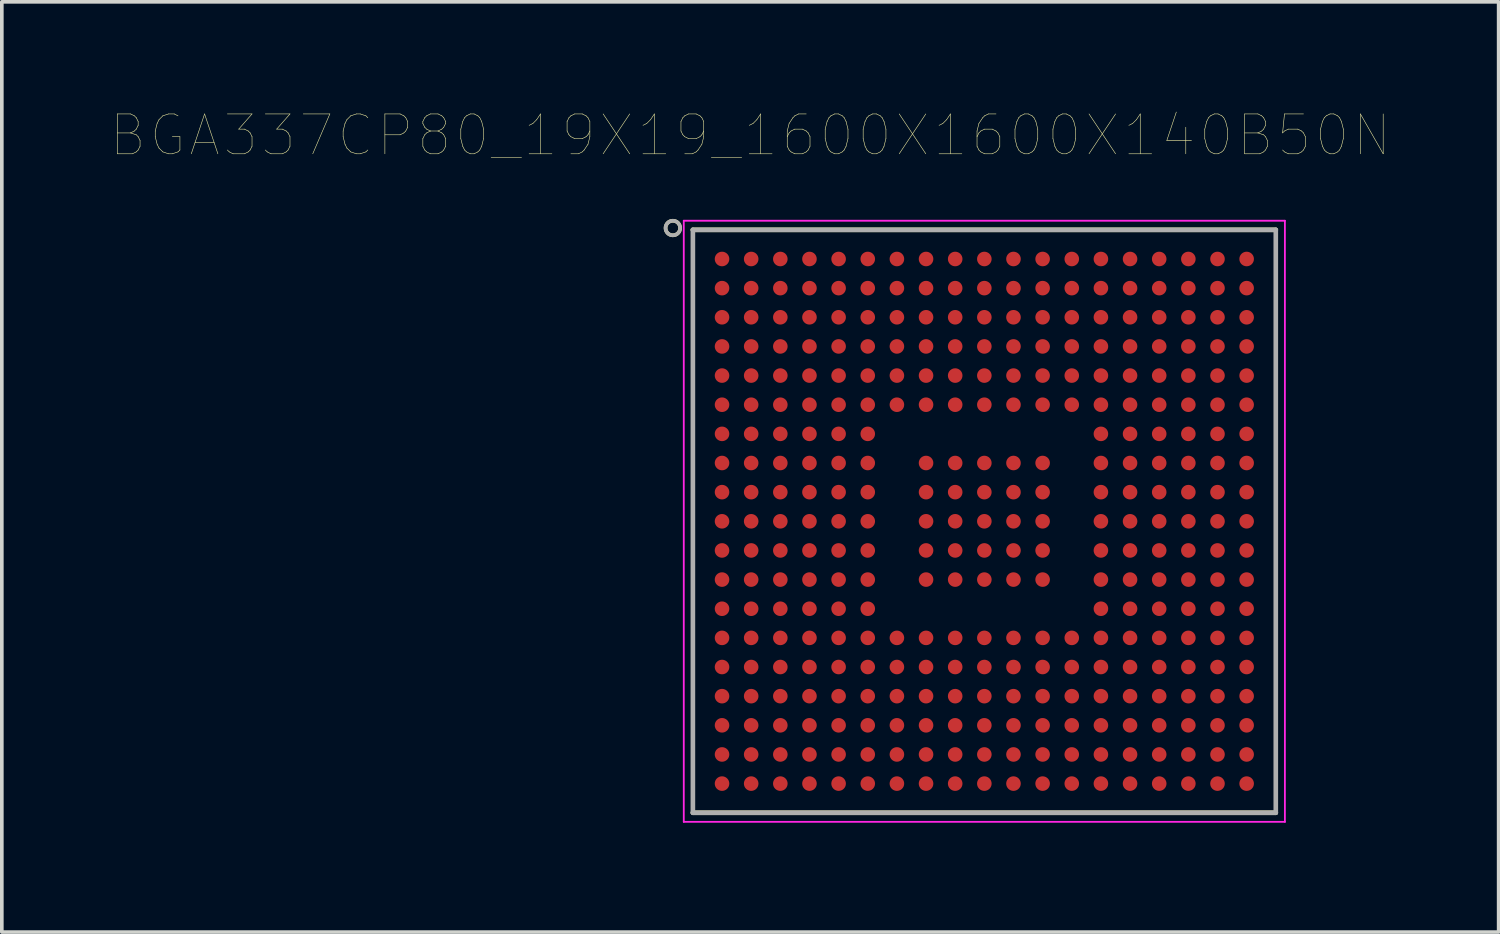
<source format=kicad_pcb>
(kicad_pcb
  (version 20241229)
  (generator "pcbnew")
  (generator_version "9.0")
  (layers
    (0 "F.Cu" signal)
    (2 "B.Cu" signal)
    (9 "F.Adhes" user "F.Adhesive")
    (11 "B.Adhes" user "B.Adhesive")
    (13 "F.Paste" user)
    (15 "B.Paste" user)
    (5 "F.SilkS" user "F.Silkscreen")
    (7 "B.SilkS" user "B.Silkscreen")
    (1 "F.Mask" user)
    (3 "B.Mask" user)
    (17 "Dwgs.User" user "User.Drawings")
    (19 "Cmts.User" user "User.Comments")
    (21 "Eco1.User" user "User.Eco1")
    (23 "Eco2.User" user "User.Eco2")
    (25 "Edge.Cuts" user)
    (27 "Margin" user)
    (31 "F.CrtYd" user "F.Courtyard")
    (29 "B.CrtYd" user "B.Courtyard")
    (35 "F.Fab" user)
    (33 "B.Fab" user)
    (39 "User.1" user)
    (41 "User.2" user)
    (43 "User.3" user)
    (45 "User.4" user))
  (footprint "BGA337CP80_19X19_1600X1600X140B50N"
    (layer "F.Cu")
    (at 23.969 11.259)
    (property "Reference" "BGA337CP80_19X19_1600X1600X140B50N" (at -6.426 -10.593 0) (layer "F.SilkS") (effects (font (size 1.094 1.094) (thickness 0.015))))
    (attr through_hole)
    (fp_line (start 8 -8) (end -8 -8) (stroke (width 0.127) (type solid)) (layer "F.SilkS"))
    (fp_line (start 8 8) (end -8 8) (stroke (width 0.127) (type solid)) (layer "F.SilkS"))
    (fp_circle (center -8.55 -8.05) (end -8.35 -8.05) (stroke (width 0.1) (type solid)) (fill no) (layer "F.SilkS"))
    (fp_line (start -8.25 -8.25) (end 8.25 -8.25) (stroke (width 0.05) (type solid)) (layer "F.CrtYd"))
    (fp_line (start -8.25 8.25) (end -8.25 -8.25) (stroke (width 0.05) (type solid)) (layer "F.CrtYd"))
    (fp_line (start -8.25 8.25) (end 8.25 8.25) (stroke (width 0.05) (type solid)) (layer "F.CrtYd"))
    (fp_line (start 8.25 8.25) (end 8.25 -8.25) (stroke (width 0.05) (type solid)) (layer "F.CrtYd"))
    (fp_line (start -8 8) (end -8 -8) (stroke (width 0.127) (type solid)) (layer "F.Fab"))
    (fp_line (start 8 -8) (end -8 -8) (stroke (width 0.127) (type solid)) (layer "F.Fab"))
    (fp_line (start 8 8) (end -8 8) (stroke (width 0.127) (type solid)) (layer "F.Fab"))
    (fp_line (start 8 8) (end 8 -8) (stroke (width 0.127) (type solid)) (layer "F.Fab"))
    (fp_circle (center -8.55 -8.05) (end -8.35 -8.05) (stroke (width 0.1) (type solid)) (fill no) (layer "F.Fab"))
    (pad "A1" smd circle (at -7.2 -7.2) (size 0.4 0.4) (layers "F.Cu" "F.Mask" "F.Paste"))
    (pad "A2" smd circle (at -6.4 -7.2) (size 0.4 0.4) (layers "F.Cu" "F.Mask" "F.Paste"))
    (pad "A3" smd circle (at -5.6 -7.2) (size 0.4 0.4) (layers "F.Cu" "F.Mask" "F.Paste"))
    (pad "A4" smd circle (at -4.8 -7.2) (size 0.4 0.4) (layers "F.Cu" "F.Mask" "F.Paste"))
    (pad "A5" smd circle (at -4 -7.2) (size 0.4 0.4) (layers "F.Cu" "F.Mask" "F.Paste"))
    (pad "A6" smd circle (at -3.2 -7.2) (size 0.4 0.4) (layers "F.Cu" "F.Mask" "F.Paste"))
    (pad "A7" smd circle (at -2.4 -7.2) (size 0.4 0.4) (layers "F.Cu" "F.Mask" "F.Paste"))
    (pad "A8" smd circle (at -1.6 -7.2) (size 0.4 0.4) (layers "F.Cu" "F.Mask" "F.Paste"))
    (pad "A9" smd circle (at -0.8 -7.2) (size 0.4 0.4) (layers "F.Cu" "F.Mask" "F.Paste"))
    (pad "A10" smd circle (at 0 -7.2) (size 0.4 0.4) (layers "F.Cu" "F.Mask" "F.Paste"))
    (pad "A11" smd circle (at 0.8 -7.2) (size 0.4 0.4) (layers "F.Cu" "F.Mask" "F.Paste"))
    (pad "A12" smd circle (at 1.6 -7.2) (size 0.4 0.4) (layers "F.Cu" "F.Mask" "F.Paste"))
    (pad "A13" smd circle (at 2.4 -7.2) (size 0.4 0.4) (layers "F.Cu" "F.Mask" "F.Paste"))
    (pad "A14" smd circle (at 3.2 -7.2) (size 0.4 0.4) (layers "F.Cu" "F.Mask" "F.Paste"))
    (pad "A15" smd circle (at 4 -7.2) (size 0.4 0.4) (layers "F.Cu" "F.Mask" "F.Paste"))
    (pad "A16" smd circle (at 4.8 -7.2) (size 0.4 0.4) (layers "F.Cu" "F.Mask" "F.Paste"))
    (pad "A17" smd circle (at 5.6 -7.2) (size 0.4 0.4) (layers "F.Cu" "F.Mask" "F.Paste"))
    (pad "A18" smd circle (at 6.4 -7.2) (size 0.4 0.4) (layers "F.Cu" "F.Mask" "F.Paste"))
    (pad "A19" smd circle (at 7.2 -7.2) (size 0.4 0.4) (layers "F.Cu" "F.Mask" "F.Paste"))
    (pad "B1" smd circle (at -7.2 -6.4) (size 0.4 0.4) (layers "F.Cu" "F.Mask" "F.Paste"))
    (pad "B2" smd circle (at -6.4 -6.4) (size 0.4 0.4) (layers "F.Cu" "F.Mask" "F.Paste"))
    (pad "B3" smd circle (at -5.6 -6.4) (size 0.4 0.4) (layers "F.Cu" "F.Mask" "F.Paste"))
    (pad "B4" smd circle (at -4.8 -6.4) (size 0.4 0.4) (layers "F.Cu" "F.Mask" "F.Paste"))
    (pad "B5" smd circle (at -4 -6.4) (size 0.4 0.4) (layers "F.Cu" "F.Mask" "F.Paste"))
    (pad "B6" smd circle (at -3.2 -6.4) (size 0.4 0.4) (layers "F.Cu" "F.Mask" "F.Paste"))
    (pad "B7" smd circle (at -2.4 -6.4) (size 0.4 0.4) (layers "F.Cu" "F.Mask" "F.Paste"))
    (pad "B8" smd circle (at -1.6 -6.4) (size 0.4 0.4) (layers "F.Cu" "F.Mask" "F.Paste"))
    (pad "B9" smd circle (at -0.8 -6.4) (size 0.4 0.4) (layers "F.Cu" "F.Mask" "F.Paste"))
    (pad "B10" smd circle (at 0 -6.4) (size 0.4 0.4) (layers "F.Cu" "F.Mask" "F.Paste"))
    (pad "B11" smd circle (at 0.8 -6.4) (size 0.4 0.4) (layers "F.Cu" "F.Mask" "F.Paste"))
    (pad "B12" smd circle (at 1.6 -6.4) (size 0.4 0.4) (layers "F.Cu" "F.Mask" "F.Paste"))
    (pad "B13" smd circle (at 2.4 -6.4) (size 0.4 0.4) (layers "F.Cu" "F.Mask" "F.Paste"))
    (pad "B14" smd circle (at 3.2 -6.4) (size 0.4 0.4) (layers "F.Cu" "F.Mask" "F.Paste"))
    (pad "B15" smd circle (at 4 -6.4) (size 0.4 0.4) (layers "F.Cu" "F.Mask" "F.Paste"))
    (pad "B16" smd circle (at 4.8 -6.4) (size 0.4 0.4) (layers "F.Cu" "F.Mask" "F.Paste"))
    (pad "B17" smd circle (at 5.6 -6.4) (size 0.4 0.4) (layers "F.Cu" "F.Mask" "F.Paste"))
    (pad "B18" smd circle (at 6.4 -6.4) (size 0.4 0.4) (layers "F.Cu" "F.Mask" "F.Paste"))
    (pad "B19" smd circle (at 7.2 -6.4) (size 0.4 0.4) (layers "F.Cu" "F.Mask" "F.Paste"))
    (pad "C1" smd circle (at -7.2 -5.6) (size 0.4 0.4) (layers "F.Cu" "F.Mask" "F.Paste"))
    (pad "C2" smd circle (at -6.4 -5.6) (size 0.4 0.4) (layers "F.Cu" "F.Mask" "F.Paste"))
    (pad "C3" smd circle (at -5.6 -5.6) (size 0.4 0.4) (layers "F.Cu" "F.Mask" "F.Paste"))
    (pad "C4" smd circle (at -4.8 -5.6) (size 0.4 0.4) (layers "F.Cu" "F.Mask" "F.Paste"))
    (pad "C5" smd circle (at -4 -5.6) (size 0.4 0.4) (layers "F.Cu" "F.Mask" "F.Paste"))
    (pad "C6" smd circle (at -3.2 -5.6) (size 0.4 0.4) (layers "F.Cu" "F.Mask" "F.Paste"))
    (pad "C7" smd circle (at -2.4 -5.6) (size 0.4 0.4) (layers "F.Cu" "F.Mask" "F.Paste"))
    (pad "C8" smd circle (at -1.6 -5.6) (size 0.4 0.4) (layers "F.Cu" "F.Mask" "F.Paste"))
    (pad "C9" smd circle (at -0.8 -5.6) (size 0.4 0.4) (layers "F.Cu" "F.Mask" "F.Paste"))
    (pad "C10" smd circle (at 0 -5.6) (size 0.4 0.4) (layers "F.Cu" "F.Mask" "F.Paste"))
    (pad "C11" smd circle (at 0.8 -5.6) (size 0.4 0.4) (layers "F.Cu" "F.Mask" "F.Paste"))
    (pad "C12" smd circle (at 1.6 -5.6) (size 0.4 0.4) (layers "F.Cu" "F.Mask" "F.Paste"))
    (pad "C13" smd circle (at 2.4 -5.6) (size 0.4 0.4) (layers "F.Cu" "F.Mask" "F.Paste"))
    (pad "C14" smd circle (at 3.2 -5.6) (size 0.4 0.4) (layers "F.Cu" "F.Mask" "F.Paste"))
    (pad "C15" smd circle (at 4 -5.6) (size 0.4 0.4) (layers "F.Cu" "F.Mask" "F.Paste"))
    (pad "C16" smd circle (at 4.8 -5.6) (size 0.4 0.4) (layers "F.Cu" "F.Mask" "F.Paste"))
    (pad "C17" smd circle (at 5.6 -5.6) (size 0.4 0.4) (layers "F.Cu" "F.Mask" "F.Paste"))
    (pad "C18" smd circle (at 6.4 -5.6) (size 0.4 0.4) (layers "F.Cu" "F.Mask" "F.Paste"))
    (pad "C19" smd circle (at 7.2 -5.6) (size 0.4 0.4) (layers "F.Cu" "F.Mask" "F.Paste"))
    (pad "D1" smd circle (at -7.2 -4.8) (size 0.4 0.4) (layers "F.Cu" "F.Mask" "F.Paste"))
    (pad "D2" smd circle (at -6.4 -4.8) (size 0.4 0.4) (layers "F.Cu" "F.Mask" "F.Paste"))
    (pad "D3" smd circle (at -5.6 -4.8) (size 0.4 0.4) (layers "F.Cu" "F.Mask" "F.Paste"))
    (pad "D4" smd circle (at -4.8 -4.8) (size 0.4 0.4) (layers "F.Cu" "F.Mask" "F.Paste"))
    (pad "D5" smd circle (at -4 -4.8) (size 0.4 0.4) (layers "F.Cu" "F.Mask" "F.Paste"))
    (pad "D6" smd circle (at -3.2 -4.8) (size 0.4 0.4) (layers "F.Cu" "F.Mask" "F.Paste"))
    (pad "D7" smd circle (at -2.4 -4.8) (size 0.4 0.4) (layers "F.Cu" "F.Mask" "F.Paste"))
    (pad "D8" smd circle (at -1.6 -4.8) (size 0.4 0.4) (layers "F.Cu" "F.Mask" "F.Paste"))
    (pad "D9" smd circle (at -0.8 -4.8) (size 0.4 0.4) (layers "F.Cu" "F.Mask" "F.Paste"))
    (pad "D10" smd circle (at 0 -4.8) (size 0.4 0.4) (layers "F.Cu" "F.Mask" "F.Paste"))
    (pad "D11" smd circle (at 0.8 -4.8) (size 0.4 0.4) (layers "F.Cu" "F.Mask" "F.Paste"))
    (pad "D12" smd circle (at 1.6 -4.8) (size 0.4 0.4) (layers "F.Cu" "F.Mask" "F.Paste"))
    (pad "D13" smd circle (at 2.4 -4.8) (size 0.4 0.4) (layers "F.Cu" "F.Mask" "F.Paste"))
    (pad "D14" smd circle (at 3.2 -4.8) (size 0.4 0.4) (layers "F.Cu" "F.Mask" "F.Paste"))
    (pad "D15" smd circle (at 4 -4.8) (size 0.4 0.4) (layers "F.Cu" "F.Mask" "F.Paste"))
    (pad "D16" smd circle (at 4.8 -4.8) (size 0.4 0.4) (layers "F.Cu" "F.Mask" "F.Paste"))
    (pad "D17" smd circle (at 5.6 -4.8) (size 0.4 0.4) (layers "F.Cu" "F.Mask" "F.Paste"))
    (pad "D18" smd circle (at 6.4 -4.8) (size 0.4 0.4) (layers "F.Cu" "F.Mask" "F.Paste"))
    (pad "D19" smd circle (at 7.2 -4.8) (size 0.4 0.4) (layers "F.Cu" "F.Mask" "F.Paste"))
    (pad "E1" smd circle (at -7.2 -4) (size 0.4 0.4) (layers "F.Cu" "F.Mask" "F.Paste"))
    (pad "E2" smd circle (at -6.4 -4) (size 0.4 0.4) (layers "F.Cu" "F.Mask" "F.Paste"))
    (pad "E3" smd circle (at -5.6 -4) (size 0.4 0.4) (layers "F.Cu" "F.Mask" "F.Paste"))
    (pad "E4" smd circle (at -4.8 -4) (size 0.4 0.4) (layers "F.Cu" "F.Mask" "F.Paste"))
    (pad "E5" smd circle (at -4 -4) (size 0.4 0.4) (layers "F.Cu" "F.Mask" "F.Paste"))
    (pad "E6" smd circle (at -3.2 -4) (size 0.4 0.4) (layers "F.Cu" "F.Mask" "F.Paste"))
    (pad "E7" smd circle (at -2.4 -4) (size 0.4 0.4) (layers "F.Cu" "F.Mask" "F.Paste"))
    (pad "E8" smd circle (at -1.6 -4) (size 0.4 0.4) (layers "F.Cu" "F.Mask" "F.Paste"))
    (pad "E9" smd circle (at -0.8 -4) (size 0.4 0.4) (layers "F.Cu" "F.Mask" "F.Paste"))
    (pad "E10" smd circle (at 0 -4) (size 0.4 0.4) (layers "F.Cu" "F.Mask" "F.Paste"))
    (pad "E11" smd circle (at 0.8 -4) (size 0.4 0.4) (layers "F.Cu" "F.Mask" "F.Paste"))
    (pad "E12" smd circle (at 1.6 -4) (size 0.4 0.4) (layers "F.Cu" "F.Mask" "F.Paste"))
    (pad "E13" smd circle (at 2.4 -4) (size 0.4 0.4) (layers "F.Cu" "F.Mask" "F.Paste"))
    (pad "E14" smd circle (at 3.2 -4) (size 0.4 0.4) (layers "F.Cu" "F.Mask" "F.Paste"))
    (pad "E15" smd circle (at 4 -4) (size 0.4 0.4) (layers "F.Cu" "F.Mask" "F.Paste"))
    (pad "E16" smd circle (at 4.8 -4) (size 0.4 0.4) (layers "F.Cu" "F.Mask" "F.Paste"))
    (pad "E17" smd circle (at 5.6 -4) (size 0.4 0.4) (layers "F.Cu" "F.Mask" "F.Paste"))
    (pad "E18" smd circle (at 6.4 -4) (size 0.4 0.4) (layers "F.Cu" "F.Mask" "F.Paste"))
    (pad "E19" smd circle (at 7.2 -4) (size 0.4 0.4) (layers "F.Cu" "F.Mask" "F.Paste"))
    (pad "F1" smd circle (at -7.2 -3.2) (size 0.4 0.4) (layers "F.Cu" "F.Mask" "F.Paste"))
    (pad "F2" smd circle (at -6.4 -3.2) (size 0.4 0.4) (layers "F.Cu" "F.Mask" "F.Paste"))
    (pad "F3" smd circle (at -5.6 -3.2) (size 0.4 0.4) (layers "F.Cu" "F.Mask" "F.Paste"))
    (pad "F4" smd circle (at -4.8 -3.2) (size 0.4 0.4) (layers "F.Cu" "F.Mask" "F.Paste"))
    (pad "F5" smd circle (at -4 -3.2) (size 0.4 0.4) (layers "F.Cu" "F.Mask" "F.Paste"))
    (pad "F6" smd circle (at -3.2 -3.2) (size 0.4 0.4) (layers "F.Cu" "F.Mask" "F.Paste"))
    (pad "F7" smd circle (at -2.4 -3.2) (size 0.4 0.4) (layers "F.Cu" "F.Mask" "F.Paste"))
    (pad "F8" smd circle (at -1.6 -3.2) (size 0.4 0.4) (layers "F.Cu" "F.Mask" "F.Paste"))
    (pad "F9" smd circle (at -0.8 -3.2) (size 0.4 0.4) (layers "F.Cu" "F.Mask" "F.Paste"))
    (pad "F10" smd circle (at 0 -3.2) (size 0.4 0.4) (layers "F.Cu" "F.Mask" "F.Paste"))
    (pad "F11" smd circle (at 0.8 -3.2) (size 0.4 0.4) (layers "F.Cu" "F.Mask" "F.Paste"))
    (pad "F12" smd circle (at 1.6 -3.2) (size 0.4 0.4) (layers "F.Cu" "F.Mask" "F.Paste"))
    (pad "F13" smd circle (at 2.4 -3.2) (size 0.4 0.4) (layers "F.Cu" "F.Mask" "F.Paste"))
    (pad "F14" smd circle (at 3.2 -3.2) (size 0.4 0.4) (layers "F.Cu" "F.Mask" "F.Paste"))
    (pad "F15" smd circle (at 4 -3.2) (size 0.4 0.4) (layers "F.Cu" "F.Mask" "F.Paste"))
    (pad "F16" smd circle (at 4.8 -3.2) (size 0.4 0.4) (layers "F.Cu" "F.Mask" "F.Paste"))
    (pad "F17" smd circle (at 5.6 -3.2) (size 0.4 0.4) (layers "F.Cu" "F.Mask" "F.Paste"))
    (pad "F18" smd circle (at 6.4 -3.2) (size 0.4 0.4) (layers "F.Cu" "F.Mask" "F.Paste"))
    (pad "F19" smd circle (at 7.2 -3.2) (size 0.4 0.4) (layers "F.Cu" "F.Mask" "F.Paste"))
    (pad "G1" smd circle (at -7.2 -2.4) (size 0.4 0.4) (layers "F.Cu" "F.Mask" "F.Paste"))
    (pad "G2" smd circle (at -6.4 -2.4) (size 0.4 0.4) (layers "F.Cu" "F.Mask" "F.Paste"))
    (pad "G3" smd circle (at -5.6 -2.4) (size 0.4 0.4) (layers "F.Cu" "F.Mask" "F.Paste"))
    (pad "G4" smd circle (at -4.8 -2.4) (size 0.4 0.4) (layers "F.Cu" "F.Mask" "F.Paste"))
    (pad "G5" smd circle (at -4 -2.4) (size 0.4 0.4) (layers "F.Cu" "F.Mask" "F.Paste"))
    (pad "G6" smd circle (at -3.2 -2.4) (size 0.4 0.4) (layers "F.Cu" "F.Mask" "F.Paste"))
    (pad "G14" smd circle (at 3.2 -2.4) (size 0.4 0.4) (layers "F.Cu" "F.Mask" "F.Paste"))
    (pad "G15" smd circle (at 4 -2.4) (size 0.4 0.4) (layers "F.Cu" "F.Mask" "F.Paste"))
    (pad "G16" smd circle (at 4.8 -2.4) (size 0.4 0.4) (layers "F.Cu" "F.Mask" "F.Paste"))
    (pad "G17" smd circle (at 5.6 -2.4) (size 0.4 0.4) (layers "F.Cu" "F.Mask" "F.Paste"))
    (pad "G18" smd circle (at 6.4 -2.4) (size 0.4 0.4) (layers "F.Cu" "F.Mask" "F.Paste"))
    (pad "G19" smd circle (at 7.2 -2.4) (size 0.4 0.4) (layers "F.Cu" "F.Mask" "F.Paste"))
    (pad "H1" smd circle (at -7.2 -1.6) (size 0.4 0.4) (layers "F.Cu" "F.Mask" "F.Paste"))
    (pad "H2" smd circle (at -6.4 -1.6) (size 0.4 0.4) (layers "F.Cu" "F.Mask" "F.Paste"))
    (pad "H3" smd circle (at -5.6 -1.6) (size 0.4 0.4) (layers "F.Cu" "F.Mask" "F.Paste"))
    (pad "H4" smd circle (at -4.8 -1.6) (size 0.4 0.4) (layers "F.Cu" "F.Mask" "F.Paste"))
    (pad "H5" smd circle (at -4 -1.6) (size 0.4 0.4) (layers "F.Cu" "F.Mask" "F.Paste"))
    (pad "H6" smd circle (at -3.2 -1.6) (size 0.4 0.4) (layers "F.Cu" "F.Mask" "F.Paste"))
    (pad "H8" smd circle (at -1.6 -1.6) (size 0.4 0.4) (layers "F.Cu" "F.Mask" "F.Paste"))
    (pad "H9" smd circle (at -0.8 -1.6) (size 0.4 0.4) (layers "F.Cu" "F.Mask" "F.Paste"))
    (pad "H10" smd circle (at 0 -1.6) (size 0.4 0.4) (layers "F.Cu" "F.Mask" "F.Paste"))
    (pad "H11" smd circle (at 0.8 -1.6) (size 0.4 0.4) (layers "F.Cu" "F.Mask" "F.Paste"))
    (pad "H12" smd circle (at 1.6 -1.6) (size 0.4 0.4) (layers "F.Cu" "F.Mask" "F.Paste"))
    (pad "H14" smd circle (at 3.2 -1.6) (size 0.4 0.4) (layers "F.Cu" "F.Mask" "F.Paste"))
    (pad "H15" smd circle (at 4 -1.6) (size 0.4 0.4) (layers "F.Cu" "F.Mask" "F.Paste"))
    (pad "H16" smd circle (at 4.8 -1.6) (size 0.4 0.4) (layers "F.Cu" "F.Mask" "F.Paste"))
    (pad "H17" smd circle (at 5.6 -1.6) (size 0.4 0.4) (layers "F.Cu" "F.Mask" "F.Paste"))
    (pad "H18" smd circle (at 6.4 -1.6) (size 0.4 0.4) (layers "F.Cu" "F.Mask" "F.Paste"))
    (pad "H19" smd circle (at 7.2 -1.6) (size 0.4 0.4) (layers "F.Cu" "F.Mask" "F.Paste"))
    (pad "J1" smd circle (at -7.2 -0.8) (size 0.4 0.4) (layers "F.Cu" "F.Mask" "F.Paste"))
    (pad "J2" smd circle (at -6.4 -0.8) (size 0.4 0.4) (layers "F.Cu" "F.Mask" "F.Paste"))
    (pad "J3" smd circle (at -5.6 -0.8) (size 0.4 0.4) (layers "F.Cu" "F.Mask" "F.Paste"))
    (pad "J4" smd circle (at -4.8 -0.8) (size 0.4 0.4) (layers "F.Cu" "F.Mask" "F.Paste"))
    (pad "J5" smd circle (at -4 -0.8) (size 0.4 0.4) (layers "F.Cu" "F.Mask" "F.Paste"))
    (pad "J6" smd circle (at -3.2 -0.8) (size 0.4 0.4) (layers "F.Cu" "F.Mask" "F.Paste"))
    (pad "J8" smd circle (at -1.6 -0.8) (size 0.4 0.4) (layers "F.Cu" "F.Mask" "F.Paste"))
    (pad "J9" smd circle (at -0.8 -0.8) (size 0.4 0.4) (layers "F.Cu" "F.Mask" "F.Paste"))
    (pad "J10" smd circle (at 0 -0.8) (size 0.4 0.4) (layers "F.Cu" "F.Mask" "F.Paste"))
    (pad "J11" smd circle (at 0.8 -0.8) (size 0.4 0.4) (layers "F.Cu" "F.Mask" "F.Paste"))
    (pad "J12" smd circle (at 1.6 -0.8) (size 0.4 0.4) (layers "F.Cu" "F.Mask" "F.Paste"))
    (pad "J14" smd circle (at 3.2 -0.8) (size 0.4 0.4) (layers "F.Cu" "F.Mask" "F.Paste"))
    (pad "J15" smd circle (at 4 -0.8) (size 0.4 0.4) (layers "F.Cu" "F.Mask" "F.Paste"))
    (pad "J16" smd circle (at 4.8 -0.8) (size 0.4 0.4) (layers "F.Cu" "F.Mask" "F.Paste"))
    (pad "J17" smd circle (at 5.6 -0.8) (size 0.4 0.4) (layers "F.Cu" "F.Mask" "F.Paste"))
    (pad "J18" smd circle (at 6.4 -0.8) (size 0.4 0.4) (layers "F.Cu" "F.Mask" "F.Paste"))
    (pad "J19" smd circle (at 7.2 -0.8) (size 0.4 0.4) (layers "F.Cu" "F.Mask" "F.Paste"))
    (pad "K1" smd circle (at -7.2 0) (size 0.4 0.4) (layers "F.Cu" "F.Mask" "F.Paste"))
    (pad "K2" smd circle (at -6.4 0) (size 0.4 0.4) (layers "F.Cu" "F.Mask" "F.Paste"))
    (pad "K3" smd circle (at -5.6 0) (size 0.4 0.4) (layers "F.Cu" "F.Mask" "F.Paste"))
    (pad "K4" smd circle (at -4.8 0) (size 0.4 0.4) (layers "F.Cu" "F.Mask" "F.Paste"))
    (pad "K5" smd circle (at -4 0) (size 0.4 0.4) (layers "F.Cu" "F.Mask" "F.Paste"))
    (pad "K6" smd circle (at -3.2 0) (size 0.4 0.4) (layers "F.Cu" "F.Mask" "F.Paste"))
    (pad "K8" smd circle (at -1.6 0) (size 0.4 0.4) (layers "F.Cu" "F.Mask" "F.Paste"))
    (pad "K9" smd circle (at -0.8 0) (size 0.4 0.4) (layers "F.Cu" "F.Mask" "F.Paste"))
    (pad "K10" smd circle (at 0 0) (size 0.4 0.4) (layers "F.Cu" "F.Mask" "F.Paste"))
    (pad "K11" smd circle (at 0.8 0) (size 0.4 0.4) (layers "F.Cu" "F.Mask" "F.Paste"))
    (pad "K12" smd circle (at 1.6 0) (size 0.4 0.4) (layers "F.Cu" "F.Mask" "F.Paste"))
    (pad "K14" smd circle (at 3.2 0) (size 0.4 0.4) (layers "F.Cu" "F.Mask" "F.Paste"))
    (pad "K15" smd circle (at 4 0) (size 0.4 0.4) (layers "F.Cu" "F.Mask" "F.Paste"))
    (pad "K16" smd circle (at 4.8 0) (size 0.4 0.4) (layers "F.Cu" "F.Mask" "F.Paste"))
    (pad "K17" smd circle (at 5.6 0) (size 0.4 0.4) (layers "F.Cu" "F.Mask" "F.Paste"))
    (pad "K18" smd circle (at 6.4 0) (size 0.4 0.4) (layers "F.Cu" "F.Mask" "F.Paste"))
    (pad "K19" smd circle (at 7.2 0) (size 0.4 0.4) (layers "F.Cu" "F.Mask" "F.Paste"))
    (pad "L1" smd circle (at -7.2 0.8) (size 0.4 0.4) (layers "F.Cu" "F.Mask" "F.Paste"))
    (pad "L2" smd circle (at -6.4 0.8) (size 0.4 0.4) (layers "F.Cu" "F.Mask" "F.Paste"))
    (pad "L3" smd circle (at -5.6 0.8) (size 0.4 0.4) (layers "F.Cu" "F.Mask" "F.Paste"))
    (pad "L4" smd circle (at -4.8 0.8) (size 0.4 0.4) (layers "F.Cu" "F.Mask" "F.Paste"))
    (pad "L5" smd circle (at -4 0.8) (size 0.4 0.4) (layers "F.Cu" "F.Mask" "F.Paste"))
    (pad "L6" smd circle (at -3.2 0.8) (size 0.4 0.4) (layers "F.Cu" "F.Mask" "F.Paste"))
    (pad "L8" smd circle (at -1.6 0.8) (size 0.4 0.4) (layers "F.Cu" "F.Mask" "F.Paste"))
    (pad "L9" smd circle (at -0.8 0.8) (size 0.4 0.4) (layers "F.Cu" "F.Mask" "F.Paste"))
    (pad "L10" smd circle (at 0 0.8) (size 0.4 0.4) (layers "F.Cu" "F.Mask" "F.Paste"))
    (pad "L11" smd circle (at 0.8 0.8) (size 0.4 0.4) (layers "F.Cu" "F.Mask" "F.Paste"))
    (pad "L12" smd circle (at 1.6 0.8) (size 0.4 0.4) (layers "F.Cu" "F.Mask" "F.Paste"))
    (pad "L14" smd circle (at 3.2 0.8) (size 0.4 0.4) (layers "F.Cu" "F.Mask" "F.Paste"))
    (pad "L15" smd circle (at 4 0.8) (size 0.4 0.4) (layers "F.Cu" "F.Mask" "F.Paste"))
    (pad "L16" smd circle (at 4.8 0.8) (size 0.4 0.4) (layers "F.Cu" "F.Mask" "F.Paste"))
    (pad "L17" smd circle (at 5.6 0.8) (size 0.4 0.4) (layers "F.Cu" "F.Mask" "F.Paste"))
    (pad "L18" smd circle (at 6.4 0.8) (size 0.4 0.4) (layers "F.Cu" "F.Mask" "F.Paste"))
    (pad "L19" smd circle (at 7.2 0.8) (size 0.4 0.4) (layers "F.Cu" "F.Mask" "F.Paste"))
    (pad "M1" smd circle (at -7.2 1.6) (size 0.4 0.4) (layers "F.Cu" "F.Mask" "F.Paste"))
    (pad "M2" smd circle (at -6.4 1.6) (size 0.4 0.4) (layers "F.Cu" "F.Mask" "F.Paste"))
    (pad "M3" smd circle (at -5.6 1.6) (size 0.4 0.4) (layers "F.Cu" "F.Mask" "F.Paste"))
    (pad "M4" smd circle (at -4.8 1.6) (size 0.4 0.4) (layers "F.Cu" "F.Mask" "F.Paste"))
    (pad "M5" smd circle (at -4 1.6) (size 0.4 0.4) (layers "F.Cu" "F.Mask" "F.Paste"))
    (pad "M6" smd circle (at -3.2 1.6) (size 0.4 0.4) (layers "F.Cu" "F.Mask" "F.Paste"))
    (pad "M8" smd circle (at -1.6 1.6) (size 0.4 0.4) (layers "F.Cu" "F.Mask" "F.Paste"))
    (pad "M9" smd circle (at -0.8 1.6) (size 0.4 0.4) (layers "F.Cu" "F.Mask" "F.Paste"))
    (pad "M10" smd circle (at 0 1.6) (size 0.4 0.4) (layers "F.Cu" "F.Mask" "F.Paste"))
    (pad "M11" smd circle (at 0.8 1.6) (size 0.4 0.4) (layers "F.Cu" "F.Mask" "F.Paste"))
    (pad "M12" smd circle (at 1.6 1.6) (size 0.4 0.4) (layers "F.Cu" "F.Mask" "F.Paste"))
    (pad "M14" smd circle (at 3.2 1.6) (size 0.4 0.4) (layers "F.Cu" "F.Mask" "F.Paste"))
    (pad "M15" smd circle (at 4 1.6) (size 0.4 0.4) (layers "F.Cu" "F.Mask" "F.Paste"))
    (pad "M16" smd circle (at 4.8 1.6) (size 0.4 0.4) (layers "F.Cu" "F.Mask" "F.Paste"))
    (pad "M17" smd circle (at 5.6 1.6) (size 0.4 0.4) (layers "F.Cu" "F.Mask" "F.Paste"))
    (pad "M18" smd circle (at 6.4 1.6) (size 0.4 0.4) (layers "F.Cu" "F.Mask" "F.Paste"))
    (pad "M19" smd circle (at 7.2 1.6) (size 0.4 0.4) (layers "F.Cu" "F.Mask" "F.Paste"))
    (pad "N1" smd circle (at -7.2 2.4) (size 0.4 0.4) (layers "F.Cu" "F.Mask" "F.Paste"))
    (pad "N2" smd circle (at -6.4 2.4) (size 0.4 0.4) (layers "F.Cu" "F.Mask" "F.Paste"))
    (pad "N3" smd circle (at -5.6 2.4) (size 0.4 0.4) (layers "F.Cu" "F.Mask" "F.Paste"))
    (pad "N4" smd circle (at -4.8 2.4) (size 0.4 0.4) (layers "F.Cu" "F.Mask" "F.Paste"))
    (pad "N5" smd circle (at -4 2.4) (size 0.4 0.4) (layers "F.Cu" "F.Mask" "F.Paste"))
    (pad "N6" smd circle (at -3.2 2.4) (size 0.4 0.4) (layers "F.Cu" "F.Mask" "F.Paste"))
    (pad "N14" smd circle (at 3.2 2.4) (size 0.4 0.4) (layers "F.Cu" "F.Mask" "F.Paste"))
    (pad "N15" smd circle (at 4 2.4) (size 0.4 0.4) (layers "F.Cu" "F.Mask" "F.Paste"))
    (pad "N16" smd circle (at 4.8 2.4) (size 0.4 0.4) (layers "F.Cu" "F.Mask" "F.Paste"))
    (pad "N17" smd circle (at 5.6 2.4) (size 0.4 0.4) (layers "F.Cu" "F.Mask" "F.Paste"))
    (pad "N18" smd circle (at 6.4 2.4) (size 0.4 0.4) (layers "F.Cu" "F.Mask" "F.Paste"))
    (pad "N19" smd circle (at 7.2 2.4) (size 0.4 0.4) (layers "F.Cu" "F.Mask" "F.Paste"))
    (pad "P1" smd circle (at -7.2 3.2) (size 0.4 0.4) (layers "F.Cu" "F.Mask" "F.Paste"))
    (pad "P2" smd circle (at -6.4 3.2) (size 0.4 0.4) (layers "F.Cu" "F.Mask" "F.Paste"))
    (pad "P3" smd circle (at -5.6 3.2) (size 0.4 0.4) (layers "F.Cu" "F.Mask" "F.Paste"))
    (pad "P4" smd circle (at -4.8 3.2) (size 0.4 0.4) (layers "F.Cu" "F.Mask" "F.Paste"))
    (pad "P5" smd circle (at -4 3.2) (size 0.4 0.4) (layers "F.Cu" "F.Mask" "F.Paste"))
    (pad "P6" smd circle (at -3.2 3.2) (size 0.4 0.4) (layers "F.Cu" "F.Mask" "F.Paste"))
    (pad "P7" smd circle (at -2.4 3.2) (size 0.4 0.4) (layers "F.Cu" "F.Mask" "F.Paste"))
    (pad "P8" smd circle (at -1.6 3.2) (size 0.4 0.4) (layers "F.Cu" "F.Mask" "F.Paste"))
    (pad "P9" smd circle (at -0.8 3.2) (size 0.4 0.4) (layers "F.Cu" "F.Mask" "F.Paste"))
    (pad "P10" smd circle (at 0 3.2) (size 0.4 0.4) (layers "F.Cu" "F.Mask" "F.Paste"))
    (pad "P11" smd circle (at 0.8 3.2) (size 0.4 0.4) (layers "F.Cu" "F.Mask" "F.Paste"))
    (pad "P12" smd circle (at 1.6 3.2) (size 0.4 0.4) (layers "F.Cu" "F.Mask" "F.Paste"))
    (pad "P13" smd circle (at 2.4 3.2) (size 0.4 0.4) (layers "F.Cu" "F.Mask" "F.Paste"))
    (pad "P14" smd circle (at 3.2 3.2) (size 0.4 0.4) (layers "F.Cu" "F.Mask" "F.Paste"))
    (pad "P15" smd circle (at 4 3.2) (size 0.4 0.4) (layers "F.Cu" "F.Mask" "F.Paste"))
    (pad "P16" smd circle (at 4.8 3.2) (size 0.4 0.4) (layers "F.Cu" "F.Mask" "F.Paste"))
    (pad "P17" smd circle (at 5.6 3.2) (size 0.4 0.4) (layers "F.Cu" "F.Mask" "F.Paste"))
    (pad "P18" smd circle (at 6.4 3.2) (size 0.4 0.4) (layers "F.Cu" "F.Mask" "F.Paste"))
    (pad "P19" smd circle (at 7.2 3.2) (size 0.4 0.4) (layers "F.Cu" "F.Mask" "F.Paste"))
    (pad "R1" smd circle (at -7.2 4) (size 0.4 0.4) (layers "F.Cu" "F.Mask" "F.Paste"))
    (pad "R2" smd circle (at -6.4 4) (size 0.4 0.4) (layers "F.Cu" "F.Mask" "F.Paste"))
    (pad "R3" smd circle (at -5.6 4) (size 0.4 0.4) (layers "F.Cu" "F.Mask" "F.Paste"))
    (pad "R4" smd circle (at -4.8 4) (size 0.4 0.4) (layers "F.Cu" "F.Mask" "F.Paste"))
    (pad "R5" smd circle (at -4 4) (size 0.4 0.4) (layers "F.Cu" "F.Mask" "F.Paste"))
    (pad "R6" smd circle (at -3.2 4) (size 0.4 0.4) (layers "F.Cu" "F.Mask" "F.Paste"))
    (pad "R7" smd circle (at -2.4 4) (size 0.4 0.4) (layers "F.Cu" "F.Mask" "F.Paste"))
    (pad "R8" smd circle (at -1.6 4) (size 0.4 0.4) (layers "F.Cu" "F.Mask" "F.Paste"))
    (pad "R9" smd circle (at -0.8 4) (size 0.4 0.4) (layers "F.Cu" "F.Mask" "F.Paste"))
    (pad "R10" smd circle (at 0 4) (size 0.4 0.4) (layers "F.Cu" "F.Mask" "F.Paste"))
    (pad "R11" smd circle (at 0.8 4) (size 0.4 0.4) (layers "F.Cu" "F.Mask" "F.Paste"))
    (pad "R12" smd circle (at 1.6 4) (size 0.4 0.4) (layers "F.Cu" "F.Mask" "F.Paste"))
    (pad "R13" smd circle (at 2.4 4) (size 0.4 0.4) (layers "F.Cu" "F.Mask" "F.Paste"))
    (pad "R14" smd circle (at 3.2 4) (size 0.4 0.4) (layers "F.Cu" "F.Mask" "F.Paste"))
    (pad "R15" smd circle (at 4 4) (size 0.4 0.4) (layers "F.Cu" "F.Mask" "F.Paste"))
    (pad "R16" smd circle (at 4.8 4) (size 0.4 0.4) (layers "F.Cu" "F.Mask" "F.Paste"))
    (pad "R17" smd circle (at 5.6 4) (size 0.4 0.4) (layers "F.Cu" "F.Mask" "F.Paste"))
    (pad "R18" smd circle (at 6.4 4) (size 0.4 0.4) (layers "F.Cu" "F.Mask" "F.Paste"))
    (pad "R19" smd circle (at 7.2 4) (size 0.4 0.4) (layers "F.Cu" "F.Mask" "F.Paste"))
    (pad "T1" smd circle (at -7.2 4.8) (size 0.4 0.4) (layers "F.Cu" "F.Mask" "F.Paste"))
    (pad "T2" smd circle (at -6.4 4.8) (size 0.4 0.4) (layers "F.Cu" "F.Mask" "F.Paste"))
    (pad "T3" smd circle (at -5.6 4.8) (size 0.4 0.4) (layers "F.Cu" "F.Mask" "F.Paste"))
    (pad "T4" smd circle (at -4.8 4.8) (size 0.4 0.4) (layers "F.Cu" "F.Mask" "F.Paste"))
    (pad "T5" smd circle (at -4 4.8) (size 0.4 0.4) (layers "F.Cu" "F.Mask" "F.Paste"))
    (pad "T6" smd circle (at -3.2 4.8) (size 0.4 0.4) (layers "F.Cu" "F.Mask" "F.Paste"))
    (pad "T7" smd circle (at -2.4 4.8) (size 0.4 0.4) (layers "F.Cu" "F.Mask" "F.Paste"))
    (pad "T8" smd circle (at -1.6 4.8) (size 0.4 0.4) (layers "F.Cu" "F.Mask" "F.Paste"))
    (pad "T9" smd circle (at -0.8 4.8) (size 0.4 0.4) (layers "F.Cu" "F.Mask" "F.Paste"))
    (pad "T10" smd circle (at 0 4.8) (size 0.4 0.4) (layers "F.Cu" "F.Mask" "F.Paste"))
    (pad "T11" smd circle (at 0.8 4.8) (size 0.4 0.4) (layers "F.Cu" "F.Mask" "F.Paste"))
    (pad "T12" smd circle (at 1.6 4.8) (size 0.4 0.4) (layers "F.Cu" "F.Mask" "F.Paste"))
    (pad "T13" smd circle (at 2.4 4.8) (size 0.4 0.4) (layers "F.Cu" "F.Mask" "F.Paste"))
    (pad "T14" smd circle (at 3.2 4.8) (size 0.4 0.4) (layers "F.Cu" "F.Mask" "F.Paste"))
    (pad "T15" smd circle (at 4 4.8) (size 0.4 0.4) (layers "F.Cu" "F.Mask" "F.Paste"))
    (pad "T16" smd circle (at 4.8 4.8) (size 0.4 0.4) (layers "F.Cu" "F.Mask" "F.Paste"))
    (pad "T17" smd circle (at 5.6 4.8) (size 0.4 0.4) (layers "F.Cu" "F.Mask" "F.Paste"))
    (pad "T18" smd circle (at 6.4 4.8) (size 0.4 0.4) (layers "F.Cu" "F.Mask" "F.Paste"))
    (pad "T19" smd circle (at 7.2 4.8) (size 0.4 0.4) (layers "F.Cu" "F.Mask" "F.Paste"))
    (pad "U1" smd circle (at -7.2 5.6) (size 0.4 0.4) (layers "F.Cu" "F.Mask" "F.Paste"))
    (pad "U2" smd circle (at -6.4 5.6) (size 0.4 0.4) (layers "F.Cu" "F.Mask" "F.Paste"))
    (pad "U3" smd circle (at -5.6 5.6) (size 0.4 0.4) (layers "F.Cu" "F.Mask" "F.Paste"))
    (pad "U4" smd circle (at -4.8 5.6) (size 0.4 0.4) (layers "F.Cu" "F.Mask" "F.Paste"))
    (pad "U5" smd circle (at -4 5.6) (size 0.4 0.4) (layers "F.Cu" "F.Mask" "F.Paste"))
    (pad "U6" smd circle (at -3.2 5.6) (size 0.4 0.4) (layers "F.Cu" "F.Mask" "F.Paste"))
    (pad "U7" smd circle (at -2.4 5.6) (size 0.4 0.4) (layers "F.Cu" "F.Mask" "F.Paste"))
    (pad "U8" smd circle (at -1.6 5.6) (size 0.4 0.4) (layers "F.Cu" "F.Mask" "F.Paste"))
    (pad "U9" smd circle (at -0.8 5.6) (size 0.4 0.4) (layers "F.Cu" "F.Mask" "F.Paste"))
    (pad "U10" smd circle (at 0 5.6) (size 0.4 0.4) (layers "F.Cu" "F.Mask" "F.Paste"))
    (pad "U11" smd circle (at 0.8 5.6) (size 0.4 0.4) (layers "F.Cu" "F.Mask" "F.Paste"))
    (pad "U12" smd circle (at 1.6 5.6) (size 0.4 0.4) (layers "F.Cu" "F.Mask" "F.Paste"))
    (pad "U13" smd circle (at 2.4 5.6) (size 0.4 0.4) (layers "F.Cu" "F.Mask" "F.Paste"))
    (pad "U14" smd circle (at 3.2 5.6) (size 0.4 0.4) (layers "F.Cu" "F.Mask" "F.Paste"))
    (pad "U15" smd circle (at 4 5.6) (size 0.4 0.4) (layers "F.Cu" "F.Mask" "F.Paste"))
    (pad "U16" smd circle (at 4.8 5.6) (size 0.4 0.4) (layers "F.Cu" "F.Mask" "F.Paste"))
    (pad "U17" smd circle (at 5.6 5.6) (size 0.4 0.4) (layers "F.Cu" "F.Mask" "F.Paste"))
    (pad "U18" smd circle (at 6.4 5.6) (size 0.4 0.4) (layers "F.Cu" "F.Mask" "F.Paste"))
    (pad "U19" smd circle (at 7.2 5.6) (size 0.4 0.4) (layers "F.Cu" "F.Mask" "F.Paste"))
    (pad "V1" smd circle (at -7.2 6.4) (size 0.4 0.4) (layers "F.Cu" "F.Mask" "F.Paste"))
    (pad "V2" smd circle (at -6.4 6.4) (size 0.4 0.4) (layers "F.Cu" "F.Mask" "F.Paste"))
    (pad "V3" smd circle (at -5.6 6.4) (size 0.4 0.4) (layers "F.Cu" "F.Mask" "F.Paste"))
    (pad "V4" smd circle (at -4.8 6.4) (size 0.4 0.4) (layers "F.Cu" "F.Mask" "F.Paste"))
    (pad "V5" smd circle (at -4 6.4) (size 0.4 0.4) (layers "F.Cu" "F.Mask" "F.Paste"))
    (pad "V6" smd circle (at -3.2 6.4) (size 0.4 0.4) (layers "F.Cu" "F.Mask" "F.Paste"))
    (pad "V7" smd circle (at -2.4 6.4) (size 0.4 0.4) (layers "F.Cu" "F.Mask" "F.Paste"))
    (pad "V8" smd circle (at -1.6 6.4) (size 0.4 0.4) (layers "F.Cu" "F.Mask" "F.Paste"))
    (pad "V9" smd circle (at -0.8 6.4) (size 0.4 0.4) (layers "F.Cu" "F.Mask" "F.Paste"))
    (pad "V10" smd circle (at 0 6.4) (size 0.4 0.4) (layers "F.Cu" "F.Mask" "F.Paste"))
    (pad "V11" smd circle (at 0.8 6.4) (size 0.4 0.4) (layers "F.Cu" "F.Mask" "F.Paste"))
    (pad "V12" smd circle (at 1.6 6.4) (size 0.4 0.4) (layers "F.Cu" "F.Mask" "F.Paste"))
    (pad "V13" smd circle (at 2.4 6.4) (size 0.4 0.4) (layers "F.Cu" "F.Mask" "F.Paste"))
    (pad "V14" smd circle (at 3.2 6.4) (size 0.4 0.4) (layers "F.Cu" "F.Mask" "F.Paste"))
    (pad "V15" smd circle (at 4 6.4) (size 0.4 0.4) (layers "F.Cu" "F.Mask" "F.Paste"))
    (pad "V16" smd circle (at 4.8 6.4) (size 0.4 0.4) (layers "F.Cu" "F.Mask" "F.Paste"))
    (pad "V17" smd circle (at 5.6 6.4) (size 0.4 0.4) (layers "F.Cu" "F.Mask" "F.Paste"))
    (pad "V18" smd circle (at 6.4 6.4) (size 0.4 0.4) (layers "F.Cu" "F.Mask" "F.Paste"))
    (pad "V19" smd circle (at 7.2 6.4) (size 0.4 0.4) (layers "F.Cu" "F.Mask" "F.Paste"))
    (pad "W1" smd circle (at -7.2 7.2) (size 0.4 0.4) (layers "F.Cu" "F.Mask" "F.Paste"))
    (pad "W2" smd circle (at -6.4 7.2) (size 0.4 0.4) (layers "F.Cu" "F.Mask" "F.Paste"))
    (pad "W3" smd circle (at -5.6 7.2) (size 0.4 0.4) (layers "F.Cu" "F.Mask" "F.Paste"))
    (pad "W4" smd circle (at -4.8 7.2) (size 0.4 0.4) (layers "F.Cu" "F.Mask" "F.Paste"))
    (pad "W5" smd circle (at -4 7.2) (size 0.4 0.4) (layers "F.Cu" "F.Mask" "F.Paste"))
    (pad "W6" smd circle (at -3.2 7.2) (size 0.4 0.4) (layers "F.Cu" "F.Mask" "F.Paste"))
    (pad "W7" smd circle (at -2.4 7.2) (size 0.4 0.4) (layers "F.Cu" "F.Mask" "F.Paste"))
    (pad "W8" smd circle (at -1.6 7.2) (size 0.4 0.4) (layers "F.Cu" "F.Mask" "F.Paste"))
    (pad "W9" smd circle (at -0.8 7.2) (size 0.4 0.4) (layers "F.Cu" "F.Mask" "F.Paste"))
    (pad "W10" smd circle (at 0 7.2) (size 0.4 0.4) (layers "F.Cu" "F.Mask" "F.Paste"))
    (pad "W11" smd circle (at 0.8 7.2) (size 0.4 0.4) (layers "F.Cu" "F.Mask" "F.Paste"))
    (pad "W12" smd circle (at 1.6 7.2) (size 0.4 0.4) (layers "F.Cu" "F.Mask" "F.Paste"))
    (pad "W13" smd circle (at 2.4 7.2) (size 0.4 0.4) (layers "F.Cu" "F.Mask" "F.Paste"))
    (pad "W14" smd circle (at 3.2 7.2) (size 0.4 0.4) (layers "F.Cu" "F.Mask" "F.Paste"))
    (pad "W15" smd circle (at 4 7.2) (size 0.4 0.4) (layers "F.Cu" "F.Mask" "F.Paste"))
    (pad "W16" smd circle (at 4.8 7.2) (size 0.4 0.4) (layers "F.Cu" "F.Mask" "F.Paste"))
    (pad "W17" smd circle (at 5.6 7.2) (size 0.4 0.4) (layers "F.Cu" "F.Mask" "F.Paste"))
    (pad "W18" smd circle (at 6.4 7.2) (size 0.4 0.4) (layers "F.Cu" "F.Mask" "F.Paste"))
    (pad "W19" smd circle (at 7.2 7.2) (size 0.4 0.4) (layers "F.Cu" "F.Mask" "F.Paste")))
  (gr_rect
    (start -3 -3)
    (end 38.086 22.534)
    (stroke (width 0.1) (type default))
    (fill no)
    (layer "Edge.Cuts")))
</source>
